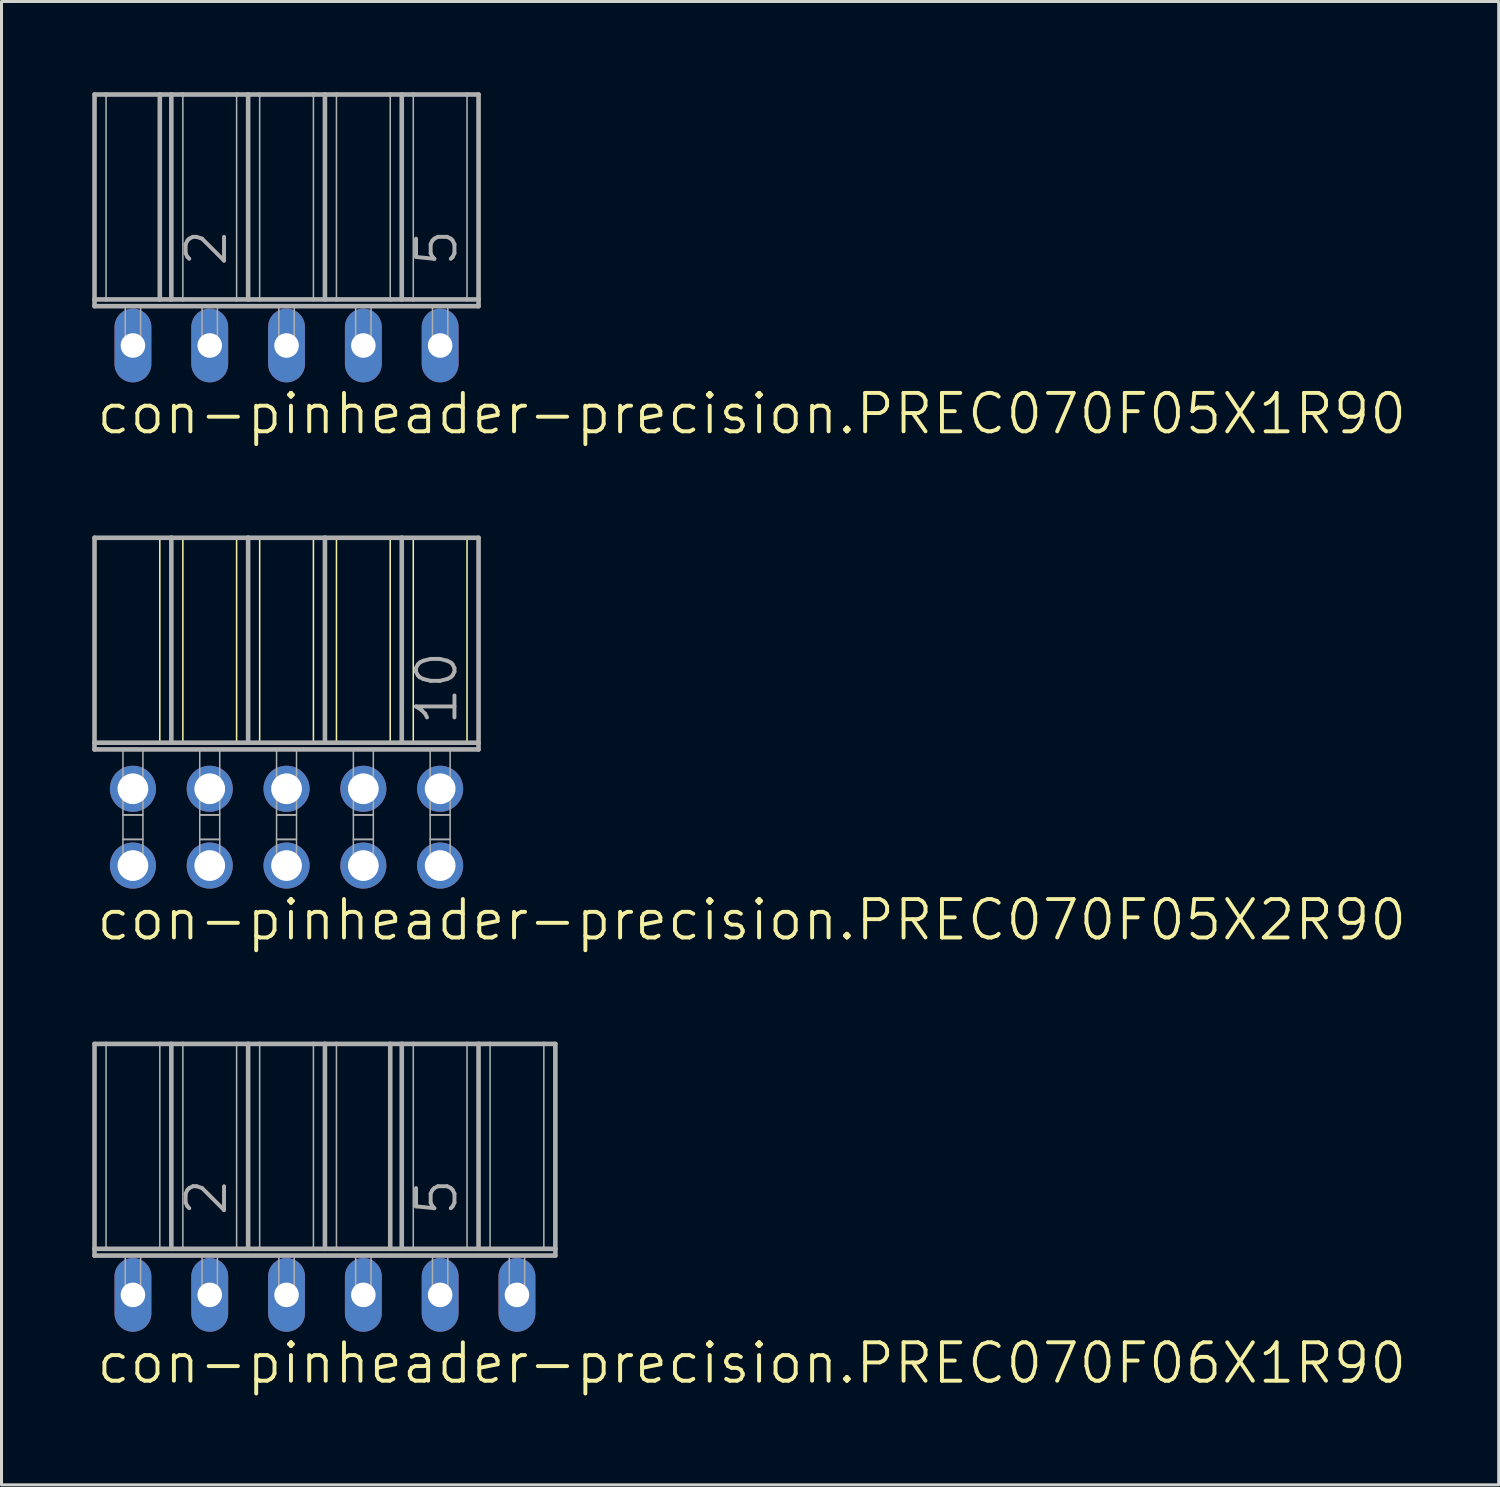
<source format=kicad_pcb>
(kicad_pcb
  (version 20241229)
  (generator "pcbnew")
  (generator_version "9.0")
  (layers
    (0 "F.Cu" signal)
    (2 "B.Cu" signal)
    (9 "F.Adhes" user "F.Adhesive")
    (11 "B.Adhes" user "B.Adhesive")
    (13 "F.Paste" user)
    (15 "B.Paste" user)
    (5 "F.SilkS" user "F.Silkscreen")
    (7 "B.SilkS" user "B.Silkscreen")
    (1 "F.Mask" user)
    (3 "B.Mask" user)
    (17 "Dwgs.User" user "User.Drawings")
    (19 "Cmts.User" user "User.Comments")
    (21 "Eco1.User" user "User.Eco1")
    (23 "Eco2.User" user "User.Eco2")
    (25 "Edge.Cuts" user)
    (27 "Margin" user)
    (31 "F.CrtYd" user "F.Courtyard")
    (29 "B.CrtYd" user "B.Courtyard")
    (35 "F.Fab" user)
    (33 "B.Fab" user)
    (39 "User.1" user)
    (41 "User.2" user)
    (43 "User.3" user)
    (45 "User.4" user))
  (footprint "con-pinheader-precision.PREC070F06X1R90"
    (layer "F.Cu")
    (at 7.696 39.773)
    (property "Reference" "con-pinheader-precision.PREC070F06X1R90" (at -7.62 3 0) (layer "F.SilkS") (effects (font (size 1.27 1.27) (thickness 0.13)) (justify left bottom)))
    (attr through_hole)
    (fp_line (start -7.62 -8.3) (end -7.62 -1.524) (stroke (width 0.152) (type default)) (layer "F.Fab"))
    (fp_line (start -7.62 -8.3) (end -7.239 -8.3) (stroke (width 0.152) (type default)) (layer "F.Fab"))
    (fp_line (start -7.62 -1.524) (end -7.239 -1.524) (stroke (width 0.152) (type default)) (layer "F.Fab"))
    (fp_line (start -7.62 -1.3) (end -7.62 -1.524) (stroke (width 0.152) (type default)) (layer "F.Fab"))
    (fp_line (start -7.62 -1.3) (end 7.62 -1.3) (stroke (width 0.152) (type default)) (layer "F.Fab"))
    (fp_line (start -7.239 -8.3) (end -7.239 -1.524) (stroke (width 0.051) (type default)) (layer "F.Fab"))
    (fp_line (start -7.239 -8.3) (end -5.461 -8.3) (stroke (width 0.152) (type default)) (layer "F.Fab"))
    (fp_line (start -7.239 -1.524) (end -5.08 -1.524) (stroke (width 0.152) (type default)) (layer "F.Fab"))
    (fp_line (start -5.461 -8.3) (end -5.461 -1.524) (stroke (width 0.051) (type default)) (layer "F.Fab"))
    (fp_line (start -5.461 -8.3) (end -5.08 -8.3) (stroke (width 0.152) (type default)) (layer "F.Fab"))
    (fp_line (start -5.08 -8.3) (end -5.08 -1.524) (stroke (width 0.152) (type default)) (layer "F.Fab"))
    (fp_line (start -5.08 -8.3) (end -4.699 -8.3) (stroke (width 0.152) (type default)) (layer "F.Fab"))
    (fp_line (start -5.08 -1.524) (end -4.699 -1.524) (stroke (width 0.152) (type default)) (layer "F.Fab"))
    (fp_line (start -4.699 -8.3) (end -4.699 -1.524) (stroke (width 0.051) (type default)) (layer "F.Fab"))
    (fp_line (start -4.699 -8.3) (end -2.921 -8.3) (stroke (width 0.152) (type default)) (layer "F.Fab"))
    (fp_line (start -4.699 -1.524) (end -2.921 -1.524) (stroke (width 0.152) (type default)) (layer "F.Fab"))
    (fp_line (start -2.921 -8.3) (end -2.921 -1.524) (stroke (width 0.051) (type default)) (layer "F.Fab"))
    (fp_line (start -2.921 -8.3) (end -2.54 -8.3) (stroke (width 0.152) (type default)) (layer "F.Fab"))
    (fp_line (start -2.921 -1.524) (end -2.54 -1.524) (stroke (width 0.152) (type default)) (layer "F.Fab"))
    (fp_line (start -2.54 -8.3) (end -2.159 -8.3) (stroke (width 0.152) (type default)) (layer "F.Fab"))
    (fp_line (start -2.54 -1.524) (end -2.54 -8.3) (stroke (width 0.152) (type default)) (layer "F.Fab"))
    (fp_line (start -2.54 -1.524) (end -2.159 -1.524) (stroke (width 0.152) (type default)) (layer "F.Fab"))
    (fp_line (start -2.159 -8.3) (end -2.159 -1.524) (stroke (width 0.051) (type default)) (layer "F.Fab"))
    (fp_line (start -2.159 -8.3) (end -0.381 -8.3) (stroke (width 0.152) (type default)) (layer "F.Fab"))
    (fp_line (start -2.159 -1.524) (end -0.381 -1.524) (stroke (width 0.152) (type default)) (layer "F.Fab"))
    (fp_line (start -0.381 -8.3) (end -0.381 -1.524) (stroke (width 0.051) (type default)) (layer "F.Fab"))
    (fp_line (start -0.381 -8.3) (end 0 -8.3) (stroke (width 0.152) (type default)) (layer "F.Fab"))
    (fp_line (start -0.381 -1.524) (end 0 -1.524) (stroke (width 0.152) (type default)) (layer "F.Fab"))
    (fp_line (start 0 -8.3) (end 0 -1.524) (stroke (width 0.152) (type default)) (layer "F.Fab"))
    (fp_line (start 0 -8.3) (end 0.381 -8.3) (stroke (width 0.152) (type default)) (layer "F.Fab"))
    (fp_line (start 0 -1.524) (end 0.381 -1.524) (stroke (width 0.152) (type default)) (layer "F.Fab"))
    (fp_line (start 0.381 -8.3) (end 0.381 -1.524) (stroke (width 0.051) (type default)) (layer "F.Fab"))
    (fp_line (start 0.381 -8.3) (end 2.159 -8.3) (stroke (width 0.152) (type default)) (layer "F.Fab"))
    (fp_line (start 0.381 -1.524) (end 2.159 -1.524) (stroke (width 0.152) (type default)) (layer "F.Fab"))
    (fp_line (start 2.159 -8.3) (end 2.159 -1.524) (stroke (width 0.152) (type default)) (layer "F.Fab"))
    (fp_line (start 2.159 -8.3) (end 2.54 -8.3) (stroke (width 0.152) (type default)) (layer "F.Fab"))
    (fp_line (start 2.159 -1.524) (end 2.54 -1.524) (stroke (width 0.152) (type default)) (layer "F.Fab"))
    (fp_line (start 2.54 -8.3) (end 2.54 -1.524) (stroke (width 0.152) (type default)) (layer "F.Fab"))
    (fp_line (start 2.54 -8.3) (end 2.921 -8.3) (stroke (width 0.152) (type default)) (layer "F.Fab"))
    (fp_line (start 2.54 -1.524) (end 2.921 -1.524) (stroke (width 0.152) (type default)) (layer "F.Fab"))
    (fp_line (start 2.921 -8.3) (end 2.921 -1.524) (stroke (width 0.051) (type default)) (layer "F.Fab"))
    (fp_line (start 2.921 -8.3) (end 4.699 -8.3) (stroke (width 0.152) (type default)) (layer "F.Fab"))
    (fp_line (start 2.921 -1.524) (end 4.699 -1.524) (stroke (width 0.152) (type default)) (layer "F.Fab"))
    (fp_line (start 4.699 -8.3) (end 4.699 -1.524) (stroke (width 0.051) (type default)) (layer "F.Fab"))
    (fp_line (start 4.699 -8.3) (end 5.08 -8.3) (stroke (width 0.152) (type default)) (layer "F.Fab"))
    (fp_line (start 4.699 -1.524) (end 5.08 -1.524) (stroke (width 0.152) (type default)) (layer "F.Fab"))
    (fp_line (start 5.08 -8.3) (end 5.08 -1.524) (stroke (width 0.152) (type default)) (layer "F.Fab"))
    (fp_line (start 5.08 -8.3) (end 5.461 -8.3) (stroke (width 0.152) (type default)) (layer "F.Fab"))
    (fp_line (start 5.08 -1.524) (end 5.461 -1.524) (stroke (width 0.152) (type default)) (layer "F.Fab"))
    (fp_line (start 5.461 -8.3) (end 5.461 -1.524) (stroke (width 0.051) (type default)) (layer "F.Fab"))
    (fp_line (start 5.461 -8.3) (end 7.239 -8.3) (stroke (width 0.152) (type default)) (layer "F.Fab"))
    (fp_line (start 5.461 -1.524) (end 7.239 -1.524) (stroke (width 0.152) (type default)) (layer "F.Fab"))
    (fp_line (start 7.239 -8.3) (end 7.239 -1.524) (stroke (width 0.051) (type default)) (layer "F.Fab"))
    (fp_line (start 7.239 -8.3) (end 7.62 -8.3) (stroke (width 0.152) (type default)) (layer "F.Fab"))
    (fp_line (start 7.239 -1.524) (end 7.62 -1.524) (stroke (width 0.152) (type default)) (layer "F.Fab"))
    (fp_line (start 7.62 -8.3) (end 7.62 -1.524) (stroke (width 0.152) (type default)) (layer "F.Fab"))
    (fp_line (start 7.62 -1.524) (end 7.62 -1.3) (stroke (width 0.152) (type default)) (layer "F.Fab"))
    (fp_rect (start -6.604 0) (end -6.096 -1.3) (stroke (width 0.05) (type default)) (fill no) (layer "F.Fab"))
    (fp_rect (start -4.064 0) (end -3.556 -1.3) (stroke (width 0.05) (type default)) (fill no) (layer "F.Fab"))
    (fp_rect (start -1.524 0) (end -1.016 -1.3) (stroke (width 0.05) (type default)) (fill no) (layer "F.Fab"))
    (fp_rect (start 1.016 0) (end 1.524 -1.3) (stroke (width 0.05) (type default)) (fill no) (layer "F.Fab"))
    (fp_rect (start 3.556 0) (end 4.064 -1.3) (stroke (width 0.05) (type default)) (fill no) (layer "F.Fab"))
    (fp_rect (start 6.096 0) (end 6.604 -1.3) (stroke (width 0.05) (type default)) (fill no) (layer "F.Fab"))
    (fp_text user "2" (at -3.175 -2.54 90) (layer "F.Fab") (effects (font (size 1.27 1.27) (thickness 0.13)) (justify left bottom)))
    (fp_text user "5" (at 4.445 -2.54 90) (layer "F.Fab") (effects (font (size 1.27 1.27) (thickness 0.13)) (justify left bottom)))
    (pad "1" thru_hole oval (at -6.35 0 90) (size 2.438 1.219) (drill 0.813) (layers "*.Cu" "*.Mask"))
    (pad "2" thru_hole oval (at -3.81 0 90) (size 2.438 1.219) (drill 0.813) (layers "*.Cu" "*.Mask"))
    (pad "3" thru_hole oval (at -1.27 0 90) (size 2.438 1.219) (drill 0.813) (layers "*.Cu" "*.Mask"))
    (pad "4" thru_hole oval (at 1.27 0 90) (size 2.438 1.219) (drill 0.813) (layers "*.Cu" "*.Mask"))
    (pad "5" thru_hole oval (at 3.81 0 90) (size 2.438 1.219) (drill 0.813) (layers "*.Cu" "*.Mask"))
    (pad "6" thru_hole oval (at 6.35 0 90) (size 2.438 1.219) (drill 0.813) (layers "*.Cu" "*.Mask")))
  (footprint "con-pinheader-precision.PREC070F05X1R90"
    (layer "F.Cu")
    (at 6.426 8.376)
    (property "Reference" "con-pinheader-precision.PREC070F05X1R90" (at -6.35 3 0) (layer "F.SilkS") (effects (font (size 1.27 1.27) (thickness 0.13)) (justify left bottom)))
    (attr through_hole)
    (fp_line (start -6.35 -8.3) (end -6.35 -1.524) (stroke (width 0.152) (type default)) (layer "F.Fab"))
    (fp_line (start -6.35 -8.3) (end -5.969 -8.3) (stroke (width 0.152) (type default)) (layer "F.Fab"))
    (fp_line (start -6.35 -1.524) (end -5.969 -1.524) (stroke (width 0.152) (type default)) (layer "F.Fab"))
    (fp_line (start -6.35 -1.3) (end -6.35 -1.524) (stroke (width 0.152) (type default)) (layer "F.Fab"))
    (fp_line (start -6.35 -1.3) (end 6.35 -1.3) (stroke (width 0.152) (type default)) (layer "F.Fab"))
    (fp_line (start -5.969 -8.3) (end -5.969 -1.524) (stroke (width 0.051) (type default)) (layer "F.Fab"))
    (fp_line (start -5.969 -8.3) (end -4.191 -8.3) (stroke (width 0.152) (type default)) (layer "F.Fab"))
    (fp_line (start -5.969 -1.524) (end -4.191 -1.524) (stroke (width 0.152) (type default)) (layer "F.Fab"))
    (fp_line (start -4.191 -8.3) (end -4.191 -1.524) (stroke (width 0.152) (type default)) (layer "F.Fab"))
    (fp_line (start -4.191 -8.3) (end -3.81 -8.3) (stroke (width 0.152) (type default)) (layer "F.Fab"))
    (fp_line (start -4.191 -1.524) (end -3.81 -1.524) (stroke (width 0.152) (type default)) (layer "F.Fab"))
    (fp_line (start -3.81 -8.3) (end -3.81 -1.524) (stroke (width 0.152) (type default)) (layer "F.Fab"))
    (fp_line (start -3.81 -8.3) (end -3.429 -8.3) (stroke (width 0.152) (type default)) (layer "F.Fab"))
    (fp_line (start -3.81 -1.524) (end -3.429 -1.524) (stroke (width 0.152) (type default)) (layer "F.Fab"))
    (fp_line (start -3.429 -8.3) (end -3.429 -1.524) (stroke (width 0.051) (type default)) (layer "F.Fab"))
    (fp_line (start -3.429 -8.3) (end -1.651 -8.3) (stroke (width 0.152) (type default)) (layer "F.Fab"))
    (fp_line (start -3.429 -1.524) (end -1.651 -1.524) (stroke (width 0.152) (type default)) (layer "F.Fab"))
    (fp_line (start -1.651 -8.3) (end -1.651 -1.524) (stroke (width 0.051) (type default)) (layer "F.Fab"))
    (fp_line (start -1.651 -8.3) (end -1.27 -8.3) (stroke (width 0.152) (type default)) (layer "F.Fab"))
    (fp_line (start -1.651 -1.524) (end -1.27 -1.524) (stroke (width 0.152) (type default)) (layer "F.Fab"))
    (fp_line (start -1.27 -8.3) (end -1.27 -1.524) (stroke (width 0.152) (type default)) (layer "F.Fab"))
    (fp_line (start -1.27 -8.3) (end -0.889 -8.3) (stroke (width 0.152) (type default)) (layer "F.Fab"))
    (fp_line (start -1.27 -1.524) (end -0.889 -1.524) (stroke (width 0.152) (type default)) (layer "F.Fab"))
    (fp_line (start -0.889 -8.3) (end -0.889 -1.524) (stroke (width 0.051) (type default)) (layer "F.Fab"))
    (fp_line (start -0.889 -8.3) (end 0.889 -8.3) (stroke (width 0.152) (type default)) (layer "F.Fab"))
    (fp_line (start -0.889 -1.524) (end 0.889 -1.524) (stroke (width 0.152) (type default)) (layer "F.Fab"))
    (fp_line (start 0.889 -8.3) (end 0.889 -1.524) (stroke (width 0.051) (type default)) (layer "F.Fab"))
    (fp_line (start 0.889 -8.3) (end 1.27 -8.3) (stroke (width 0.152) (type default)) (layer "F.Fab"))
    (fp_line (start 0.889 -1.524) (end 1.27 -1.524) (stroke (width 0.152) (type default)) (layer "F.Fab"))
    (fp_line (start 1.27 -8.3) (end 1.27 -1.524) (stroke (width 0.152) (type default)) (layer "F.Fab"))
    (fp_line (start 1.27 -8.3) (end 1.651 -8.3) (stroke (width 0.152) (type default)) (layer "F.Fab"))
    (fp_line (start 1.27 -1.524) (end 1.651 -1.524) (stroke (width 0.152) (type default)) (layer "F.Fab"))
    (fp_line (start 1.651 -8.3) (end 1.651 -1.524) (stroke (width 0.051) (type default)) (layer "F.Fab"))
    (fp_line (start 1.651 -8.3) (end 3.429 -8.3) (stroke (width 0.152) (type default)) (layer "F.Fab"))
    (fp_line (start 1.651 -1.524) (end 3.429 -1.524) (stroke (width 0.152) (type default)) (layer "F.Fab"))
    (fp_line (start 3.429 -8.3) (end 3.429 -1.524) (stroke (width 0.051) (type default)) (layer "F.Fab"))
    (fp_line (start 3.429 -8.3) (end 3.81 -8.3) (stroke (width 0.152) (type default)) (layer "F.Fab"))
    (fp_line (start 3.429 -1.524) (end 3.81 -1.524) (stroke (width 0.152) (type default)) (layer "F.Fab"))
    (fp_line (start 3.81 -8.3) (end 3.81 -1.524) (stroke (width 0.152) (type default)) (layer "F.Fab"))
    (fp_line (start 3.81 -8.3) (end 4.191 -8.3) (stroke (width 0.152) (type default)) (layer "F.Fab"))
    (fp_line (start 3.81 -1.524) (end 4.191 -1.524) (stroke (width 0.152) (type default)) (layer "F.Fab"))
    (fp_line (start 4.191 -8.3) (end 4.191 -1.524) (stroke (width 0.051) (type default)) (layer "F.Fab"))
    (fp_line (start 4.191 -8.3) (end 5.969 -8.3) (stroke (width 0.152) (type default)) (layer "F.Fab"))
    (fp_line (start 4.191 -1.524) (end 5.969 -1.524) (stroke (width 0.152) (type default)) (layer "F.Fab"))
    (fp_line (start 5.969 -8.3) (end 5.969 -1.524) (stroke (width 0.051) (type default)) (layer "F.Fab"))
    (fp_line (start 5.969 -8.3) (end 6.35 -8.3) (stroke (width 0.152) (type default)) (layer "F.Fab"))
    (fp_line (start 5.969 -1.524) (end 6.35 -1.524) (stroke (width 0.152) (type default)) (layer "F.Fab"))
    (fp_line (start 6.35 -8.3) (end 6.35 -1.524) (stroke (width 0.152) (type default)) (layer "F.Fab"))
    (fp_line (start 6.35 -1.524) (end 6.35 -1.3) (stroke (width 0.152) (type default)) (layer "F.Fab"))
    (fp_rect (start -5.334 0) (end -4.826 -1.3) (stroke (width 0.05) (type default)) (fill no) (layer "F.Fab"))
    (fp_rect (start -2.794 0) (end -2.286 -1.3) (stroke (width 0.05) (type default)) (fill no) (layer "F.Fab"))
    (fp_rect (start -0.254 0) (end 0.254 -1.3) (stroke (width 0.05) (type default)) (fill no) (layer "F.Fab"))
    (fp_rect (start 2.286 0) (end 2.794 -1.3) (stroke (width 0.05) (type default)) (fill no) (layer "F.Fab"))
    (fp_rect (start 4.826 0) (end 5.334 -1.3) (stroke (width 0.05) (type default)) (fill no) (layer "F.Fab"))
    (fp_text user "2" (at -1.905 -2.54 90) (layer "F.Fab") (effects (font (size 1.27 1.27) (thickness 0.13)) (justify left bottom)))
    (fp_text user "5" (at 5.715 -2.54 90) (layer "F.Fab") (effects (font (size 1.27 1.27) (thickness 0.13)) (justify left bottom)))
    (pad "1" thru_hole oval (at -5.08 0 90) (size 2.438 1.219) (drill 0.813) (layers "*.Cu" "*.Mask"))
    (pad "2" thru_hole oval (at -2.54 0 90) (size 2.438 1.219) (drill 0.813) (layers "*.Cu" "*.Mask"))
    (pad "3" thru_hole oval (at 0 0 90) (size 2.438 1.219) (drill 0.813) (layers "*.Cu" "*.Mask"))
    (pad "4" thru_hole oval (at 2.54 0 90) (size 2.438 1.219) (drill 0.813) (layers "*.Cu" "*.Mask"))
    (pad "5" thru_hole oval (at 5.08 0 90) (size 2.438 1.219) (drill 0.813) (layers "*.Cu" "*.Mask")))
  (footprint "con-pinheader-precision.PREC070F05X2R90"
    (layer "F.Cu")
    (at 6.426 24.305)
    (property "Reference" "con-pinheader-precision.PREC070F05X2R90" (at -6.35 3.81 0) (layer "F.SilkS") (effects (font (size 1.27 1.27) (thickness 0.13)) (justify left bottom)))
    (attr through_hole)
    (fp_line (start -4.191 -9.57) (end -4.191 -2.794) (stroke (width 0.051) (type default)) (layer "F.SilkS"))
    (fp_line (start -3.429 -9.57) (end -3.429 -2.794) (stroke (width 0.051) (type default)) (layer "F.SilkS"))
    (fp_line (start -1.651 -9.57) (end -1.651 -2.794) (stroke (width 0.051) (type default)) (layer "F.SilkS"))
    (fp_line (start -0.889 -9.57) (end -0.889 -2.794) (stroke (width 0.051) (type default)) (layer "F.SilkS"))
    (fp_line (start 0.889 -9.57) (end 0.889 -2.794) (stroke (width 0.051) (type default)) (layer "F.SilkS"))
    (fp_line (start 1.651 -9.57) (end 1.651 -2.794) (stroke (width 0.051) (type default)) (layer "F.SilkS"))
    (fp_line (start 3.429 -9.57) (end 3.429 -2.794) (stroke (width 0.051) (type default)) (layer "F.SilkS"))
    (fp_line (start 4.191 -9.57) (end 4.191 -2.794) (stroke (width 0.051) (type default)) (layer "F.SilkS"))
    (fp_line (start 5.969 -9.57) (end 5.969 -2.794) (stroke (width 0.051) (type default)) (layer "F.SilkS"))
    (fp_line (start -6.35 -9.57) (end -3.81 -9.57) (stroke (width 0.152) (type default)) (layer "F.Fab"))
    (fp_line (start -6.35 -2.794) (end -6.35 -9.57) (stroke (width 0.152) (type default)) (layer "F.Fab"))
    (fp_line (start -6.35 -2.57) (end -6.35 -2.794) (stroke (width 0.152) (type default)) (layer "F.Fab"))
    (fp_line (start -6.35 -2.57) (end 6.35 -2.57) (stroke (width 0.152) (type default)) (layer "F.Fab"))
    (fp_line (start -3.81 -9.57) (end -1.27 -9.57) (stroke (width 0.152) (type default)) (layer "F.Fab"))
    (fp_line (start -3.81 -2.794) (end -6.35 -2.794) (stroke (width 0.152) (type default)) (layer "F.Fab"))
    (fp_line (start -3.81 -2.794) (end -3.81 -9.57) (stroke (width 0.152) (type default)) (layer "F.Fab"))
    (fp_line (start -3.81 -2.794) (end -1.27 -2.794) (stroke (width 0.152) (type default)) (layer "F.Fab"))
    (fp_line (start -1.27 -9.57) (end 1.27 -9.57) (stroke (width 0.152) (type default)) (layer "F.Fab"))
    (fp_line (start -1.27 -2.794) (end -1.27 -9.57) (stroke (width 0.152) (type default)) (layer "F.Fab"))
    (fp_line (start 1.27 -9.57) (end 3.81 -9.57) (stroke (width 0.152) (type default)) (layer "F.Fab"))
    (fp_line (start 1.27 -2.794) (end -1.27 -2.794) (stroke (width 0.152) (type default)) (layer "F.Fab"))
    (fp_line (start 1.27 -2.794) (end 1.27 -9.57) (stroke (width 0.152) (type default)) (layer "F.Fab"))
    (fp_line (start 3.81 -9.57) (end 6.35 -9.57) (stroke (width 0.152) (type default)) (layer "F.Fab"))
    (fp_line (start 3.81 -2.794) (end 1.27 -2.794) (stroke (width 0.152) (type default)) (layer "F.Fab"))
    (fp_line (start 3.81 -2.794) (end 3.81 -9.57) (stroke (width 0.152) (type default)) (layer "F.Fab"))
    (fp_line (start 6.35 -2.794) (end 3.81 -2.794) (stroke (width 0.152) (type default)) (layer "F.Fab"))
    (fp_line (start 6.35 -2.794) (end 6.35 -9.57) (stroke (width 0.152) (type default)) (layer "F.Fab"))
    (fp_line (start 6.35 -2.57) (end 6.35 -2.794) (stroke (width 0.152) (type default)) (layer "F.Fab"))
    (fp_rect (start -5.41 -0.406) (end -4.75 -2.57) (stroke (width 0.05) (type default)) (fill no) (layer "F.Fab"))
    (fp_rect (start -5.41 0.406) (end -4.75 -0.406) (stroke (width 0.05) (type default)) (fill no) (layer "F.Fab"))
    (fp_rect (start -5.41 1.575) (end -4.75 0.406) (stroke (width 0.05) (type default)) (fill no) (layer "F.Fab"))
    (fp_rect (start -2.87 -0.406) (end -2.21 -2.57) (stroke (width 0.05) (type default)) (fill no) (layer "F.Fab"))
    (fp_rect (start -2.87 0.406) (end -2.21 -0.406) (stroke (width 0.05) (type default)) (fill no) (layer "F.Fab"))
    (fp_rect (start -2.87 1.575) (end -2.21 0.406) (stroke (width 0.05) (type default)) (fill no) (layer "F.Fab"))
    (fp_rect (start -0.33 -0.406) (end 0.33 -2.57) (stroke (width 0.05) (type default)) (fill no) (layer "F.Fab"))
    (fp_rect (start -0.33 0.406) (end 0.33 -0.406) (stroke (width 0.05) (type default)) (fill no) (layer "F.Fab"))
    (fp_rect (start -0.33 1.575) (end 0.33 0.406) (stroke (width 0.05) (type default)) (fill no) (layer "F.Fab"))
    (fp_rect (start 2.21 -0.406) (end 2.87 -2.57) (stroke (width 0.05) (type default)) (fill no) (layer "F.Fab"))
    (fp_rect (start 2.21 0.406) (end 2.87 -0.406) (stroke (width 0.05) (type default)) (fill no) (layer "F.Fab"))
    (fp_rect (start 2.21 1.575) (end 2.87 0.406) (stroke (width 0.05) (type default)) (fill no) (layer "F.Fab"))
    (fp_rect (start 4.75 -0.406) (end 5.41 -2.57) (stroke (width 0.05) (type default)) (fill no) (layer "F.Fab"))
    (fp_rect (start 4.75 0.406) (end 5.41 -0.406) (stroke (width 0.05) (type default)) (fill no) (layer "F.Fab"))
    (fp_rect (start 4.75 1.575) (end 5.41 0.406) (stroke (width 0.05) (type default)) (fill no) (layer "F.Fab"))
    (fp_text user "10" (at 5.715 -3.302 90) (layer "F.Fab") (effects (font (size 1.27 1.27) (thickness 0.13)) (justify left bottom)))
    (pad "1" thru_hole circle (at -5.08 -1.27 180) (size 1.524 1.524) (drill 1.016) (layers "*.Cu" "*.Mask"))
    (pad "2" thru_hole circle (at -5.08 1.27 180) (size 1.524 1.524) (drill 1.016) (layers "*.Cu" "*.Mask"))
    (pad "3" thru_hole circle (at -2.54 -1.27 180) (size 1.524 1.524) (drill 1.016) (layers "*.Cu" "*.Mask"))
    (pad "4" thru_hole circle (at -2.54 1.27 180) (size 1.524 1.524) (drill 1.016) (layers "*.Cu" "*.Mask"))
    (pad "5" thru_hole circle (at 0 -1.27 180) (size 1.524 1.524) (drill 1.016) (layers "*.Cu" "*.Mask"))
    (pad "6" thru_hole circle (at 0 1.27 180) (size 1.524 1.524) (drill 1.016) (layers "*.Cu" "*.Mask"))
    (pad "7" thru_hole circle (at 2.54 -1.27 180) (size 1.524 1.524) (drill 1.016) (layers "*.Cu" "*.Mask"))
    (pad "8" thru_hole circle (at 2.54 1.27 180) (size 1.524 1.524) (drill 1.016) (layers "*.Cu" "*.Mask"))
    (pad "9" thru_hole circle (at 5.08 -1.27 180) (size 1.524 1.524) (drill 1.016) (layers "*.Cu" "*.Mask"))
    (pad "10" thru_hole circle (at 5.08 1.27 180) (size 1.524 1.524) (drill 1.016) (layers "*.Cu" "*.Mask")))
  (gr_rect
    (start -3 -3)
    (end 46.513 46.055)
    (stroke (width 0.1) (type default))
    (fill no)
    (layer "Edge.Cuts")))
</source>
